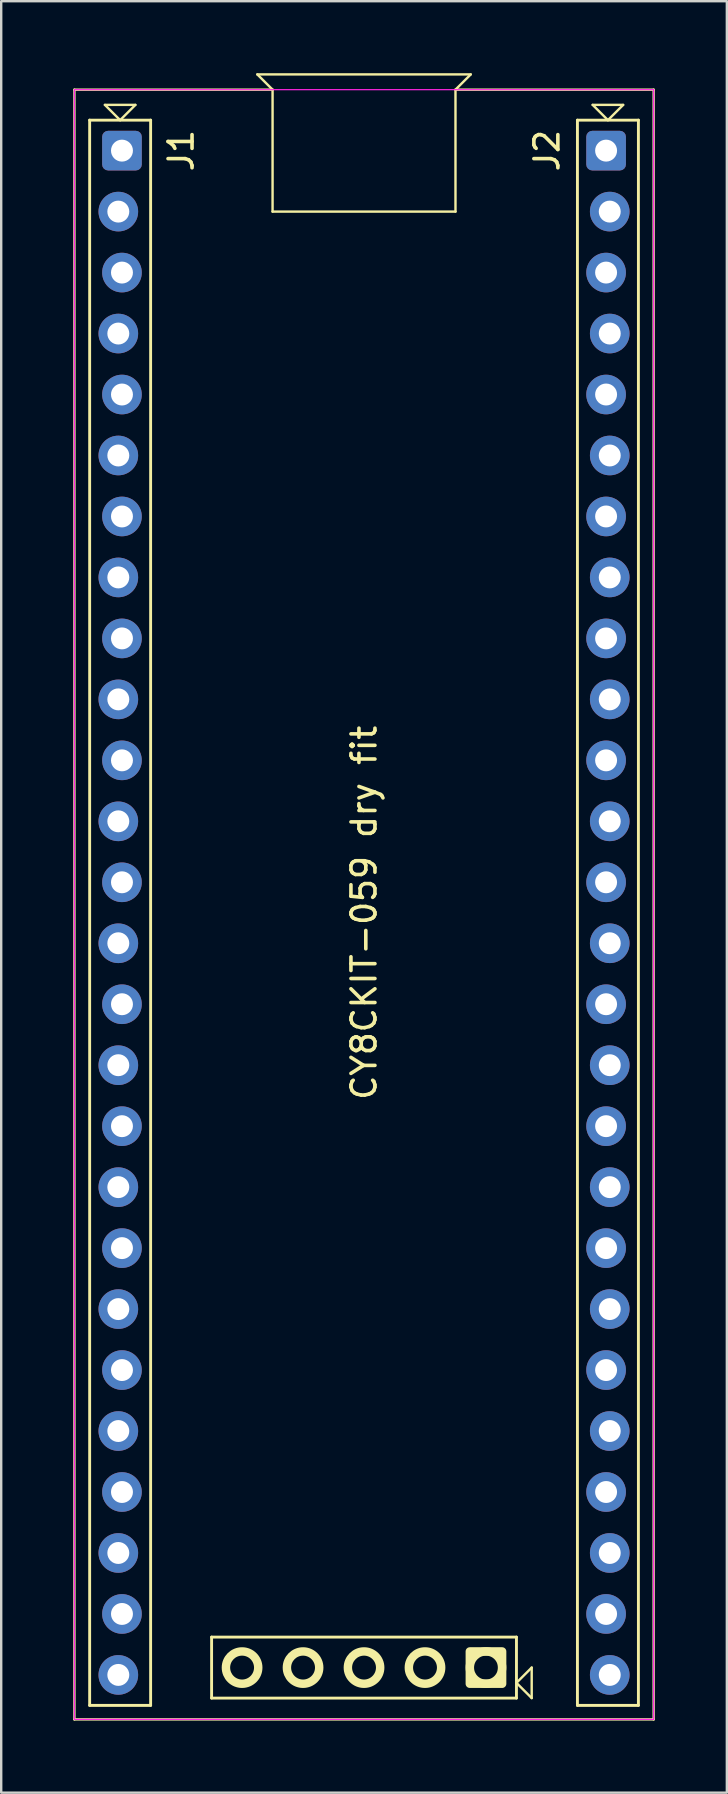
<source format=kicad_pcb>
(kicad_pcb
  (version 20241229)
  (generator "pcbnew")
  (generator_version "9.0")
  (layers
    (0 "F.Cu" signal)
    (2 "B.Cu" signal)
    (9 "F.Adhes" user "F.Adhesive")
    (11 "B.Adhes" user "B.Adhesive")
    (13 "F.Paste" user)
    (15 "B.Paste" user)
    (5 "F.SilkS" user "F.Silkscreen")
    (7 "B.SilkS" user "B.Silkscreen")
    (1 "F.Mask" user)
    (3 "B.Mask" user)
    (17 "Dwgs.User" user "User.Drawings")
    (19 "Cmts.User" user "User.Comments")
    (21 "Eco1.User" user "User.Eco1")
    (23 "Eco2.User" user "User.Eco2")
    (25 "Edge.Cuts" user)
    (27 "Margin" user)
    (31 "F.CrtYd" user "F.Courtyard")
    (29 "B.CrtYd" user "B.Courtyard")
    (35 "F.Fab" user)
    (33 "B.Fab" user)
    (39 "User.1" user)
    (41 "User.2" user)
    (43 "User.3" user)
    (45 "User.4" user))
  (footprint "CY8CKIT-059 dry fit"
    (layer "F.Cu")
    (at 1.955 3.225)
    (property "Reference" "CY8CKIT-059 dry fit" (at 10.16 31.75 90) (layer "F.SilkS") (effects (font (size 1 1) (thickness 0.15))))
    (attr board_only exclude_from_pos_files exclude_from_bom allow_missing_courtyard dnp)
    (fp_line (start -1.905 -2.54) (end -1.905 65.354) (stroke (width 0.1) (type default)) (layer "F.SilkS"))
    (fp_line (start -1.905 -2.54) (end 6.35 -2.54) (stroke (width 0.1) (type default)) (layer "F.SilkS"))
    (fp_line (start -1.905 65.354) (end 22.225 65.354) (stroke (width 0.1) (type default)) (layer "F.SilkS"))
    (fp_line (start -1.27 -1.27) (end -1.27 64.77) (stroke (width 0.12) (type solid)) (layer "F.SilkS"))
    (fp_line (start -1.27 -1.27) (end 1.27 -1.27) (stroke (width 0.12) (type solid)) (layer "F.SilkS"))
    (fp_line (start -1.27 64.77) (end 1.27 64.77) (stroke (width 0.12) (type solid)) (layer "F.SilkS"))
    (fp_line (start -0.635 -1.905) (end 0.635 -1.905) (stroke (width 0.1) (type default)) (layer "F.SilkS"))
    (fp_line (start 0 -1.27) (end -0.635 -1.905) (stroke (width 0.1) (type default)) (layer "F.SilkS"))
    (fp_line (start 0.635 -1.905) (end 0 -1.27) (stroke (width 0.1) (type default)) (layer "F.SilkS"))
    (fp_line (start 1.27 -1.27) (end 1.27 64.77) (stroke (width 0.12) (type solid)) (layer "F.SilkS"))
    (fp_line (start 3.81 61.925) (end 3.81 64.465) (stroke (width 0.12) (type solid)) (layer "F.SilkS"))
    (fp_line (start 5.715 -3.175) (end 6.35 -2.54) (stroke (width 0.1) (type default)) (layer "F.SilkS"))
    (fp_line (start 5.715 -3.175) (end 14.605 -3.175) (stroke (width 0.1) (type default)) (layer "F.SilkS"))
    (fp_line (start 6.35 2.54) (end 6.35 -2.54) (stroke (width 0.1) (type default)) (layer "F.SilkS"))
    (fp_line (start 13.97 -2.54) (end 13.97 2.54) (stroke (width 0.1) (type default)) (layer "F.SilkS"))
    (fp_line (start 13.97 -2.54) (end 22.225 -2.54) (stroke (width 0.1) (type default)) (layer "F.SilkS"))
    (fp_line (start 13.97 2.54) (end 6.35 2.54) (stroke (width 0.1) (type default)) (layer "F.SilkS"))
    (fp_line (start 14.605 -3.175) (end 13.97 -2.54) (stroke (width 0.1) (type default)) (layer "F.SilkS"))
    (fp_line (start 16.51 61.925) (end 3.81 61.925) (stroke (width 0.12) (type solid)) (layer "F.SilkS"))
    (fp_line (start 16.51 61.925) (end 16.51 64.465) (stroke (width 0.12) (type solid)) (layer "F.SilkS"))
    (fp_line (start 16.51 64.465) (end 3.81 64.465) (stroke (width 0.12) (type solid)) (layer "F.SilkS"))
    (fp_line (start 16.51 63.83) (end 17.145 63.195) (stroke (width 0.1) (type default)) (layer "F.SilkS"))
    (fp_line (start 17.145 63.195) (end 17.145 64.465) (stroke (width 0.1) (type default)) (layer "F.SilkS"))
    (fp_line (start 17.145 64.465) (end 16.51 63.83) (stroke (width 0.1) (type default)) (layer "F.SilkS"))
    (fp_line (start 19.05 -1.27) (end 19.05 64.77) (stroke (width 0.12) (type solid)) (layer "F.SilkS"))
    (fp_line (start 19.05 -1.27) (end 21.59 -1.27) (stroke (width 0.12) (type solid)) (layer "F.SilkS"))
    (fp_line (start 19.05 64.77) (end 21.59 64.77) (stroke (width 0.12) (type solid)) (layer "F.SilkS"))
    (fp_line (start 19.685 -1.905) (end 20.955 -1.905) (stroke (width 0.1) (type default)) (layer "F.SilkS"))
    (fp_line (start 20.32 -1.27) (end 19.685 -1.905) (stroke (width 0.1) (type default)) (layer "F.SilkS"))
    (fp_line (start 20.955 -1.905) (end 20.32 -1.27) (stroke (width 0.1) (type default)) (layer "F.SilkS"))
    (fp_line (start 21.59 -1.27) (end 21.59 64.77) (stroke (width 0.12) (type solid)) (layer "F.SilkS"))
    (fp_line (start 22.225 65.354) (end 22.225 -2.54) (stroke (width 0.1) (type default)) (layer "F.SilkS"))
    (fp_rect (start 14.567 62.522) (end 15.913 63.868) (stroke (width 0.351) (type default)) (fill no) (layer "F.SilkS"))
    (fp_circle (center 5.08 63.195) (end 5.753 63.195) (stroke (width 0.351) (type default)) (fill no) (layer "F.SilkS"))
    (fp_circle (center 7.62 63.195) (end 8.293 63.195) (stroke (width 0.351) (type default)) (fill no) (layer "F.SilkS"))
    (fp_circle (center 10.16 63.195) (end 10.833 63.195) (stroke (width 0.351) (type default)) (fill no) (layer "F.SilkS"))
    (fp_circle (center 12.7 63.195) (end 13.373 63.195) (stroke (width 0.351) (type default)) (fill no) (layer "F.SilkS"))
    (fp_circle (center 15.24 63.195) (end 15.913 63.195) (stroke (width 0.351) (type default)) (fill no) (layer "F.SilkS"))
    (fp_line (start -1.905 -2.54) (end -1.905 65.354) (stroke (width 0.05) (type solid)) (layer "F.CrtYd"))
    (fp_line (start -1.905 65.354) (end 22.225 65.354) (stroke (width 0.05) (type solid)) (layer "F.CrtYd"))
    (fp_line (start 22.225 -2.54) (end -1.905 -2.54) (stroke (width 0.05) (type solid)) (layer "F.CrtYd"))
    (fp_line (start 22.225 65.354) (end 22.225 -2.54) (stroke (width 0.05) (type solid)) (layer "F.CrtYd"))
    (fp_text user "J2" (at 17.78 0 90) (unlocked yes) (layer "F.SilkS") (effects (font (size 1 1) (thickness 0.15))))
    (fp_text user "J1" (at 2.54 0 90) (unlocked yes) (layer "F.SilkS") (effects (font (size 1 1) (thickness 0.15))))
    (pad "J1_1" thru_hole roundrect (at 0.076 0) (size 1.651 1.651) (drill 0.914) (layers "*.Cu" "*.Mask") (roundrect_rratio 0.151))
    (pad "J1_2" thru_hole circle (at -0.076 2.54) (size 1.651 1.651) (drill 0.914) (layers "*.Cu" "*.Mask"))
    (pad "J1_3" thru_hole circle (at 0.076 5.08) (size 1.651 1.651) (drill 0.914) (layers "*.Cu" "*.Mask"))
    (pad "J1_4" thru_hole circle (at -0.076 7.62) (size 1.651 1.651) (drill 0.914) (layers "*.Cu" "*.Mask"))
    (pad "J1_5" thru_hole circle (at 0.076 10.16) (size 1.651 1.651) (drill 0.914) (layers "*.Cu" "*.Mask"))
    (pad "J1_6" thru_hole circle (at -0.076 12.7) (size 1.651 1.651) (drill 0.914) (layers "*.Cu" "*.Mask"))
    (pad "J1_7" thru_hole circle (at 0.076 15.24) (size 1.651 1.651) (drill 0.914) (layers "*.Cu" "*.Mask"))
    (pad "J1_8" thru_hole circle (at -0.076 17.78) (size 1.651 1.651) (drill 0.914) (layers "*.Cu" "*.Mask"))
    (pad "J1_9" thru_hole circle (at 0.076 20.32) (size 1.651 1.651) (drill 0.914) (layers "*.Cu" "*.Mask"))
    (pad "J1_10" thru_hole circle (at -0.076 22.86) (size 1.651 1.651) (drill 0.914) (layers "*.Cu" "*.Mask"))
    (pad "J1_11" thru_hole circle (at 0.076 25.4) (size 1.651 1.651) (drill 0.914) (layers "*.Cu" "*.Mask"))
    (pad "J1_12" thru_hole circle (at -0.076 27.94) (size 1.651 1.651) (drill 0.914) (layers "*.Cu" "*.Mask"))
    (pad "J1_13" thru_hole circle (at 0.076 30.48) (size 1.651 1.651) (drill 0.914) (layers "*.Cu" "*.Mask"))
    (pad "J1_14" thru_hole circle (at -0.076 33.02) (size 1.651 1.651) (drill 0.914) (layers "*.Cu" "*.Mask"))
    (pad "J1_15" thru_hole circle (at 0.076 35.56) (size 1.651 1.651) (drill 0.914) (layers "*.Cu" "*.Mask"))
    (pad "J1_16" thru_hole circle (at -0.076 38.1) (size 1.651 1.651) (drill 0.914) (layers "*.Cu" "*.Mask"))
    (pad "J1_17" thru_hole circle (at 0.076 40.64) (size 1.651 1.651) (drill 0.914) (layers "*.Cu" "*.Mask"))
    (pad "J1_18" thru_hole circle (at -0.076 43.18) (size 1.651 1.651) (drill 0.914) (layers "*.Cu" "*.Mask"))
    (pad "J1_19" thru_hole circle (at 0.076 45.72) (size 1.651 1.651) (drill 0.914) (layers "*.Cu" "*.Mask"))
    (pad "J1_20" thru_hole circle (at -0.076 48.26) (size 1.651 1.651) (drill 0.914) (layers "*.Cu" "*.Mask"))
    (pad "J1_21" thru_hole circle (at 0.076 50.8) (size 1.651 1.651) (drill 0.914) (layers "*.Cu" "*.Mask"))
    (pad "J1_22" thru_hole circle (at -0.076 53.34) (size 1.651 1.651) (drill 0.914) (layers "*.Cu" "*.Mask"))
    (pad "J1_23" thru_hole circle (at 0.076 55.88) (size 1.651 1.651) (drill 0.914) (layers "*.Cu" "*.Mask"))
    (pad "J1_24" thru_hole circle (at -0.076 58.42) (size 1.651 1.651) (drill 0.914) (layers "*.Cu" "*.Mask"))
    (pad "J1_25" thru_hole circle (at 0.076 60.96) (size 1.651 1.651) (drill 0.914) (layers "*.Cu" "*.Mask"))
    (pad "J1_26" thru_hole circle (at -0.076 63.5) (size 1.651 1.651) (drill 0.914) (layers "*.Cu" "*.Mask"))
    (pad "J2_1" thru_hole roundrect (at 20.244 0) (size 1.651 1.651) (drill 0.914) (layers "*.Cu" "*.Mask") (roundrect_rratio 0.151))
    (pad "J2_2" thru_hole circle (at 20.396 2.54) (size 1.651 1.651) (drill 0.914) (layers "*.Cu" "*.Mask"))
    (pad "J2_3" thru_hole circle (at 20.244 5.08) (size 1.651 1.651) (drill 0.914) (layers "*.Cu" "*.Mask"))
    (pad "J2_4" thru_hole circle (at 20.396 7.62) (size 1.651 1.651) (drill 0.914) (layers "*.Cu" "*.Mask"))
    (pad "J2_5" thru_hole circle (at 20.244 10.16) (size 1.651 1.651) (drill 0.914) (layers "*.Cu" "*.Mask"))
    (pad "J2_6" thru_hole circle (at 20.396 12.7) (size 1.651 1.651) (drill 0.914) (layers "*.Cu" "*.Mask"))
    (pad "J2_7" thru_hole circle (at 20.244 15.24) (size 1.651 1.651) (drill 0.914) (layers "*.Cu" "*.Mask"))
    (pad "J2_8" thru_hole circle (at 20.396 17.78) (size 1.651 1.651) (drill 0.914) (layers "*.Cu" "*.Mask"))
    (pad "J2_9" thru_hole circle (at 20.244 20.32) (size 1.651 1.651) (drill 0.914) (layers "*.Cu" "*.Mask"))
    (pad "J2_10" thru_hole circle (at 20.396 22.86) (size 1.651 1.651) (drill 0.914) (layers "*.Cu" "*.Mask"))
    (pad "J2_11" thru_hole circle (at 20.244 25.4) (size 1.651 1.651) (drill 0.914) (layers "*.Cu" "*.Mask"))
    (pad "J2_12" thru_hole circle (at 20.396 27.94) (size 1.651 1.651) (drill 0.914) (layers "*.Cu" "*.Mask"))
    (pad "J2_13" thru_hole circle (at 20.244 30.48) (size 1.651 1.651) (drill 0.914) (layers "*.Cu" "*.Mask"))
    (pad "J2_14" thru_hole circle (at 20.396 33.02) (size 1.651 1.651) (drill 0.914) (layers "*.Cu" "*.Mask"))
    (pad "J2_15" thru_hole circle (at 20.244 35.56) (size 1.651 1.651) (drill 0.914) (layers "*.Cu" "*.Mask"))
    (pad "J2_16" thru_hole circle (at 20.396 38.1) (size 1.651 1.651) (drill 0.914) (layers "*.Cu" "*.Mask"))
    (pad "J2_17" thru_hole circle (at 20.244 40.64) (size 1.651 1.651) (drill 0.914) (layers "*.Cu" "*.Mask"))
    (pad "J2_18" thru_hole circle (at 20.396 43.18) (size 1.651 1.651) (drill 0.914) (layers "*.Cu" "*.Mask"))
    (pad "J2_19" thru_hole circle (at 20.244 45.72) (size 1.651 1.651) (drill 0.914) (layers "*.Cu" "*.Mask"))
    (pad "J2_20" thru_hole circle (at 20.396 48.26) (size 1.651 1.651) (drill 0.914) (layers "*.Cu" "*.Mask"))
    (pad "J2_21" thru_hole circle (at 20.244 50.8) (size 1.651 1.651) (drill 0.914) (layers "*.Cu" "*.Mask"))
    (pad "J2_22" thru_hole circle (at 20.396 53.34) (size 1.651 1.651) (drill 0.914) (layers "*.Cu" "*.Mask"))
    (pad "J2_23" thru_hole circle (at 20.244 55.88) (size 1.651 1.651) (drill 0.914) (layers "*.Cu" "*.Mask"))
    (pad "J2_24" thru_hole circle (at 20.396 58.42) (size 1.651 1.651) (drill 0.914) (layers "*.Cu" "*.Mask"))
    (pad "J2_25" thru_hole circle (at 20.244 60.96) (size 1.651 1.651) (drill 0.914) (layers "*.Cu" "*.Mask"))
    (pad "J2_26" thru_hole circle (at 20.396 63.5) (size 1.651 1.651) (drill 0.914) (layers "*.Cu" "*.Mask")))
  (gr_rect
    (start -3 -3)
    (end 27.23 71.629)
    (stroke (width 0.1) (type default))
    (fill no)
    (layer "Edge.Cuts")))
</source>
